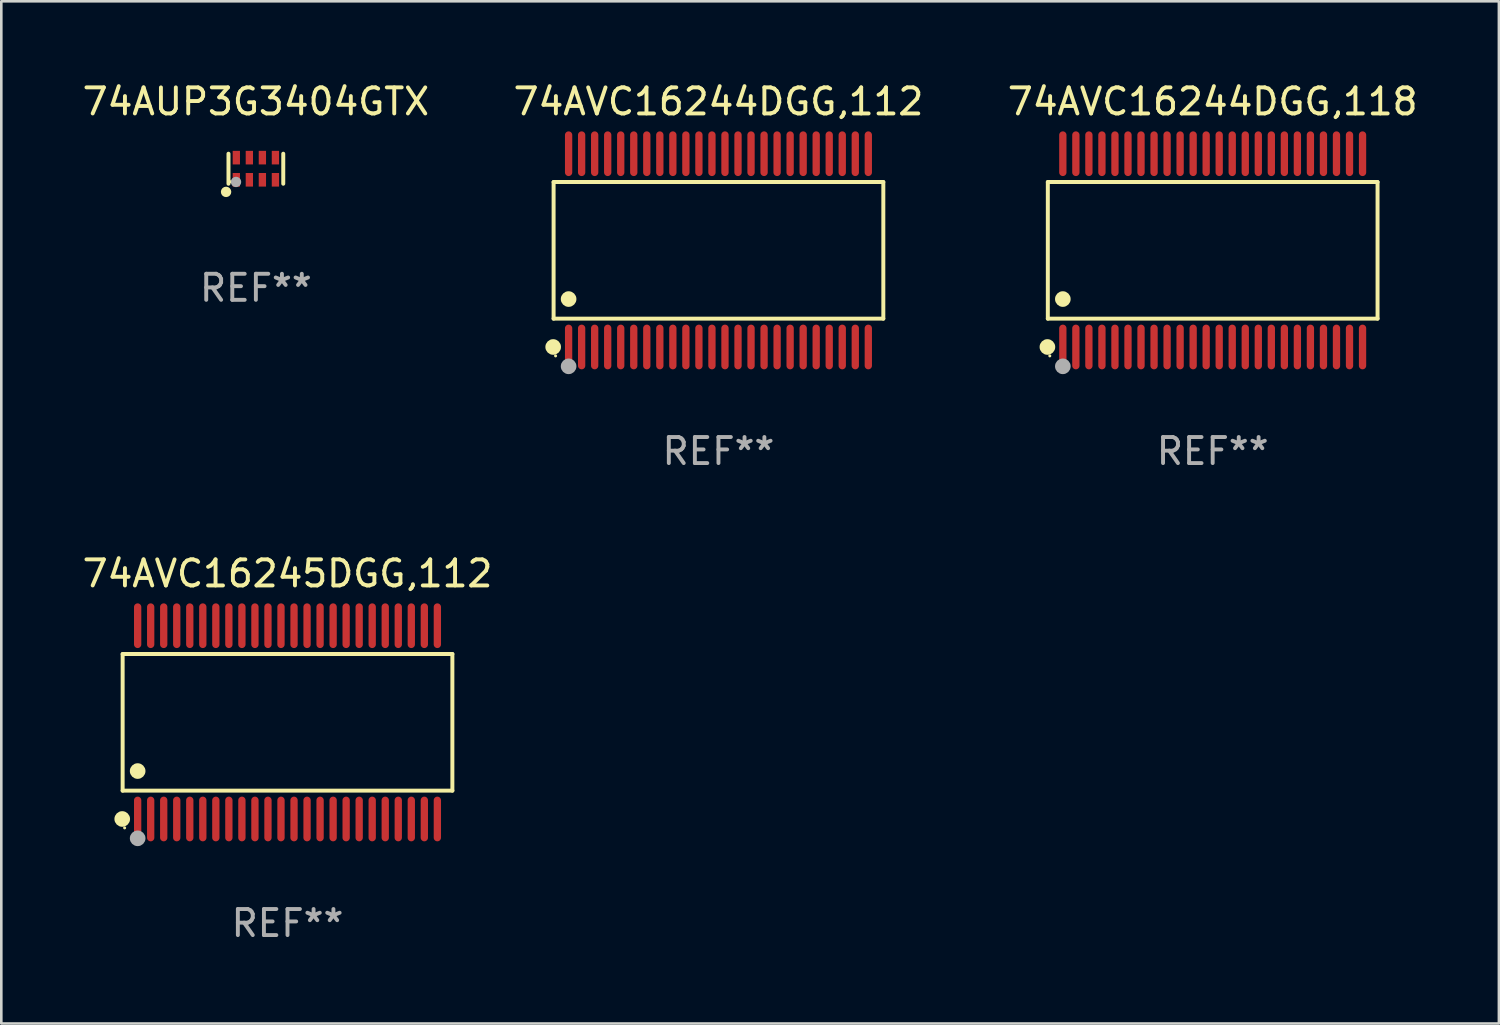
<source format=kicad_pcb>
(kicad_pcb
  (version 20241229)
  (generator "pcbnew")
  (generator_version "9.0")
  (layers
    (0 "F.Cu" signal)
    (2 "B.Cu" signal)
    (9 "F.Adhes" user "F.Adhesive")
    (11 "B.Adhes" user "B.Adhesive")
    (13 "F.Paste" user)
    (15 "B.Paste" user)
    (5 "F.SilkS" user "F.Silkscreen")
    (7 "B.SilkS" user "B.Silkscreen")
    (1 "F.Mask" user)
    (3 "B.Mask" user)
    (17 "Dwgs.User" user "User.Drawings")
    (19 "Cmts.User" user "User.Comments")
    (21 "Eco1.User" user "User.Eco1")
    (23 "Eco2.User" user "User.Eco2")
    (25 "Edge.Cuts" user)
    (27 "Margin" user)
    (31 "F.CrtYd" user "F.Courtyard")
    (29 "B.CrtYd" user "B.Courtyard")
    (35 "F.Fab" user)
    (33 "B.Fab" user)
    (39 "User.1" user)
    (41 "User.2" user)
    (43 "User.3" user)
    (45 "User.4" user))
  (footprint "74AUP3G3404GTX"
    (layer "F.Cu")
    (at 6.768 3.424)
    (property "Reference" "74AUP3G3404GTX" (at 0 -2.576 0) (layer "F.SilkS") (effects (font (size 1 1) (thickness 0.15))))
    (attr through_hole)
    (fp_line (start -1.051 0.576) (end -1.051 -0.576) (stroke (width 0.152) (type solid)) (layer "F.SilkS"))
    (fp_line (start 1.051 -0.576) (end 1.051 0.576) (stroke (width 0.152) (type solid)) (layer "F.SilkS"))
    (fp_circle (center -1.143 0.889) (end -1.043 0.889) (stroke (width 0.2) (type solid)) (fill no) (layer "F.SilkS"))
    (fp_circle (center -0.975 0.5) (end -0.945 0.5) (stroke (width 0.06) (type solid)) (fill no) (layer "F.SilkS"))
    (fp_circle (center -0.762 0.508) (end -0.662 0.508) (stroke (width 0.2) (type solid)) (fill no) (layer "F.Fab"))
    (fp_text user "REF**" (at 0 4.576 0) (layer "F.Fab") (effects (font (size 1 1) (thickness 0.15))))
    (pad "1" smd rect (at -0.75 0.425) (size 0.28 0.521) (layers "F.Cu" "F.Mask" "F.Paste"))
    (pad "2" smd rect (at -0.25 0.425) (size 0.28 0.521) (layers "F.Cu" "F.Mask" "F.Paste"))
    (pad "3" smd rect (at 0.25 0.425) (size 0.28 0.521) (layers "F.Cu" "F.Mask" "F.Paste"))
    (pad "4" smd rect (at 0.75 0.425) (size 0.28 0.521) (layers "F.Cu" "F.Mask" "F.Paste"))
    (pad "5" smd rect (at 0.75 -0.425) (size 0.28 0.521) (layers "F.Cu" "F.Mask" "F.Paste"))
    (pad "6" smd rect (at 0.25 -0.425) (size 0.28 0.521) (layers "F.Cu" "F.Mask" "F.Paste"))
    (pad "7" smd rect (at -0.25 -0.425) (size 0.28 0.521) (layers "F.Cu" "F.Mask" "F.Paste"))
    (pad "8" smd rect (at -0.75 -0.425) (size 0.28 0.521) (layers "F.Cu" "F.Mask" "F.Paste")))
  (footprint "74AVC16245DGG,112"
    (layer "F.Cu")
    (at 7.982 24.667)
    (property "Reference" "74AVC16245DGG,112" (at 0 -5.708 0) (layer "F.SilkS") (effects (font (size 1 1) (thickness 0.15))))
    (attr through_hole)
    (fp_line (start -6.326 -2.622) (end 6.326 -2.622) (stroke (width 0.152) (type solid)) (layer "F.SilkS"))
    (fp_line (start -6.326 2.621) (end -6.326 -2.622) (stroke (width 0.152) (type solid)) (layer "F.SilkS"))
    (fp_line (start 6.326 -2.622) (end 6.326 2.621) (stroke (width 0.152) (type solid)) (layer "F.SilkS"))
    (fp_line (start 6.326 2.621) (end -6.326 2.621) (stroke (width 0.152) (type solid)) (layer "F.SilkS"))
    (fp_circle (center -6.342 3.708) (end -6.192 3.708) (stroke (width 0.3) (type solid)) (fill no) (layer "F.SilkS"))
    (fp_circle (center -6.25 4.05) (end -6.22 4.05) (stroke (width 0.06) (type solid)) (fill no) (layer "F.SilkS"))
    (fp_circle (center -5.75 1.869) (end -5.6 1.869) (stroke (width 0.3) (type solid)) (fill no) (layer "F.SilkS"))
    (fp_circle (center -5.75 4.45) (end -5.6 4.45) (stroke (width 0.3) (type solid)) (fill no) (layer "F.Fab"))
    (fp_text user "REF**" (at 0 7.708 0) (layer "F.Fab") (effects (font (size 1 1) (thickness 0.15))))
    (pad "1" smd oval (at -5.75 3.708) (size 0.28 1.715) (layers "F.Cu" "F.Mask" "F.Paste"))
    (pad "2" smd oval (at -5.25 3.708) (size 0.28 1.715) (layers "F.Cu" "F.Mask" "F.Paste"))
    (pad "3" smd oval (at -4.75 3.708) (size 0.28 1.715) (layers "F.Cu" "F.Mask" "F.Paste"))
    (pad "4" smd oval (at -4.25 3.708) (size 0.28 1.715) (layers "F.Cu" "F.Mask" "F.Paste"))
    (pad "5" smd oval (at -3.75 3.708) (size 0.28 1.715) (layers "F.Cu" "F.Mask" "F.Paste"))
    (pad "6" smd oval (at -3.25 3.708) (size 0.28 1.715) (layers "F.Cu" "F.Mask" "F.Paste"))
    (pad "7" smd oval (at -2.75 3.708) (size 0.28 1.715) (layers "F.Cu" "F.Mask" "F.Paste"))
    (pad "8" smd oval (at -2.25 3.708) (size 0.28 1.715) (layers "F.Cu" "F.Mask" "F.Paste"))
    (pad "9" smd oval (at -1.75 3.708) (size 0.28 1.715) (layers "F.Cu" "F.Mask" "F.Paste"))
    (pad "10" smd oval (at -1.25 3.708) (size 0.28 1.715) (layers "F.Cu" "F.Mask" "F.Paste"))
    (pad "11" smd oval (at -0.75 3.708) (size 0.28 1.715) (layers "F.Cu" "F.Mask" "F.Paste"))
    (pad "12" smd oval (at -0.25 3.708) (size 0.28 1.715) (layers "F.Cu" "F.Mask" "F.Paste"))
    (pad "13" smd oval (at 0.25 3.708) (size 0.28 1.715) (layers "F.Cu" "F.Mask" "F.Paste"))
    (pad "14" smd oval (at 0.75 3.708) (size 0.28 1.715) (layers "F.Cu" "F.Mask" "F.Paste"))
    (pad "15" smd oval (at 1.25 3.708) (size 0.28 1.715) (layers "F.Cu" "F.Mask" "F.Paste"))
    (pad "16" smd oval (at 1.75 3.708) (size 0.28 1.715) (layers "F.Cu" "F.Mask" "F.Paste"))
    (pad "17" smd oval (at 2.25 3.708) (size 0.28 1.715) (layers "F.Cu" "F.Mask" "F.Paste"))
    (pad "18" smd oval (at 2.75 3.708) (size 0.28 1.715) (layers "F.Cu" "F.Mask" "F.Paste"))
    (pad "19" smd oval (at 3.25 3.708) (size 0.28 1.715) (layers "F.Cu" "F.Mask" "F.Paste"))
    (pad "20" smd oval (at 3.75 3.708) (size 0.28 1.715) (layers "F.Cu" "F.Mask" "F.Paste"))
    (pad "21" smd oval (at 4.25 3.708) (size 0.28 1.715) (layers "F.Cu" "F.Mask" "F.Paste"))
    (pad "22" smd oval (at 4.75 3.708) (size 0.28 1.715) (layers "F.Cu" "F.Mask" "F.Paste"))
    (pad "23" smd oval (at 5.25 3.708) (size 0.28 1.715) (layers "F.Cu" "F.Mask" "F.Paste"))
    (pad "24" smd oval (at 5.75 3.708) (size 0.28 1.715) (layers "F.Cu" "F.Mask" "F.Paste"))
    (pad "25" smd oval (at 5.75 -3.708) (size 0.28 1.715) (layers "F.Cu" "F.Mask" "F.Paste"))
    (pad "26" smd oval (at 5.25 -3.708) (size 0.28 1.715) (layers "F.Cu" "F.Mask" "F.Paste"))
    (pad "27" smd oval (at 4.75 -3.708) (size 0.28 1.715) (layers "F.Cu" "F.Mask" "F.Paste"))
    (pad "28" smd oval (at 4.25 -3.708) (size 0.28 1.715) (layers "F.Cu" "F.Mask" "F.Paste"))
    (pad "29" smd oval (at 3.75 -3.708) (size 0.28 1.715) (layers "F.Cu" "F.Mask" "F.Paste"))
    (pad "30" smd oval (at 3.25 -3.708) (size 0.28 1.715) (layers "F.Cu" "F.Mask" "F.Paste"))
    (pad "31" smd oval (at 2.75 -3.708) (size 0.28 1.715) (layers "F.Cu" "F.Mask" "F.Paste"))
    (pad "32" smd oval (at 2.25 -3.708) (size 0.28 1.715) (layers "F.Cu" "F.Mask" "F.Paste"))
    (pad "33" smd oval (at 1.75 -3.708) (size 0.28 1.715) (layers "F.Cu" "F.Mask" "F.Paste"))
    (pad "34" smd oval (at 1.25 -3.708) (size 0.28 1.715) (layers "F.Cu" "F.Mask" "F.Paste"))
    (pad "35" smd oval (at 0.75 -3.708) (size 0.28 1.715) (layers "F.Cu" "F.Mask" "F.Paste"))
    (pad "36" smd oval (at 0.25 -3.708) (size 0.28 1.715) (layers "F.Cu" "F.Mask" "F.Paste"))
    (pad "37" smd oval (at -0.25 -3.708) (size 0.28 1.715) (layers "F.Cu" "F.Mask" "F.Paste"))
    (pad "38" smd oval (at -0.75 -3.708) (size 0.28 1.715) (layers "F.Cu" "F.Mask" "F.Paste"))
    (pad "39" smd oval (at -1.25 -3.708) (size 0.28 1.715) (layers "F.Cu" "F.Mask" "F.Paste"))
    (pad "40" smd oval (at -1.75 -3.708) (size 0.28 1.715) (layers "F.Cu" "F.Mask" "F.Paste"))
    (pad "41" smd oval (at -2.25 -3.708) (size 0.28 1.715) (layers "F.Cu" "F.Mask" "F.Paste"))
    (pad "42" smd oval (at -2.75 -3.708) (size 0.28 1.715) (layers "F.Cu" "F.Mask" "F.Paste"))
    (pad "43" smd oval (at -3.25 -3.708) (size 0.28 1.715) (layers "F.Cu" "F.Mask" "F.Paste"))
    (pad "44" smd oval (at -3.75 -3.708) (size 0.28 1.715) (layers "F.Cu" "F.Mask" "F.Paste"))
    (pad "45" smd oval (at -4.25 -3.708) (size 0.28 1.715) (layers "F.Cu" "F.Mask" "F.Paste"))
    (pad "46" smd oval (at -4.75 -3.708) (size 0.28 1.715) (layers "F.Cu" "F.Mask" "F.Paste"))
    (pad "47" smd oval (at -5.25 -3.708) (size 0.28 1.715) (layers "F.Cu" "F.Mask" "F.Paste"))
    (pad "48" smd oval (at -5.75 -3.708) (size 0.28 1.715) (layers "F.Cu" "F.Mask" "F.Paste")))
  (footprint "74AVC16244DGG,118"
    (layer "F.Cu")
    (at 43.482 6.556)
    (property "Reference" "74AVC16244DGG,118" (at 0 -5.708 0) (layer "F.SilkS") (effects (font (size 1 1) (thickness 0.15))))
    (attr through_hole)
    (fp_line (start -6.326 -2.622) (end 6.326 -2.622) (stroke (width 0.152) (type solid)) (layer "F.SilkS"))
    (fp_line (start -6.326 2.621) (end -6.326 -2.622) (stroke (width 0.152) (type solid)) (layer "F.SilkS"))
    (fp_line (start 6.326 -2.622) (end 6.326 2.621) (stroke (width 0.152) (type solid)) (layer "F.SilkS"))
    (fp_line (start 6.326 2.621) (end -6.326 2.621) (stroke (width 0.152) (type solid)) (layer "F.SilkS"))
    (fp_circle (center -6.342 3.708) (end -6.192 3.708) (stroke (width 0.3) (type solid)) (fill no) (layer "F.SilkS"))
    (fp_circle (center -6.25 4.05) (end -6.22 4.05) (stroke (width 0.06) (type solid)) (fill no) (layer "F.SilkS"))
    (fp_circle (center -5.75 1.869) (end -5.6 1.869) (stroke (width 0.3) (type solid)) (fill no) (layer "F.SilkS"))
    (fp_circle (center -5.75 4.45) (end -5.6 4.45) (stroke (width 0.3) (type solid)) (fill no) (layer "F.Fab"))
    (fp_text user "REF**" (at 0 7.708 0) (layer "F.Fab") (effects (font (size 1 1) (thickness 0.15))))
    (pad "1" smd oval (at -5.75 3.708) (size 0.28 1.715) (layers "F.Cu" "F.Mask" "F.Paste"))
    (pad "2" smd oval (at -5.25 3.708) (size 0.28 1.715) (layers "F.Cu" "F.Mask" "F.Paste"))
    (pad "3" smd oval (at -4.75 3.708) (size 0.28 1.715) (layers "F.Cu" "F.Mask" "F.Paste"))
    (pad "4" smd oval (at -4.25 3.708) (size 0.28 1.715) (layers "F.Cu" "F.Mask" "F.Paste"))
    (pad "5" smd oval (at -3.75 3.708) (size 0.28 1.715) (layers "F.Cu" "F.Mask" "F.Paste"))
    (pad "6" smd oval (at -3.25 3.708) (size 0.28 1.715) (layers "F.Cu" "F.Mask" "F.Paste"))
    (pad "7" smd oval (at -2.75 3.708) (size 0.28 1.715) (layers "F.Cu" "F.Mask" "F.Paste"))
    (pad "8" smd oval (at -2.25 3.708) (size 0.28 1.715) (layers "F.Cu" "F.Mask" "F.Paste"))
    (pad "9" smd oval (at -1.75 3.708) (size 0.28 1.715) (layers "F.Cu" "F.Mask" "F.Paste"))
    (pad "10" smd oval (at -1.25 3.708) (size 0.28 1.715) (layers "F.Cu" "F.Mask" "F.Paste"))
    (pad "11" smd oval (at -0.75 3.708) (size 0.28 1.715) (layers "F.Cu" "F.Mask" "F.Paste"))
    (pad "12" smd oval (at -0.25 3.708) (size 0.28 1.715) (layers "F.Cu" "F.Mask" "F.Paste"))
    (pad "13" smd oval (at 0.25 3.708) (size 0.28 1.715) (layers "F.Cu" "F.Mask" "F.Paste"))
    (pad "14" smd oval (at 0.75 3.708) (size 0.28 1.715) (layers "F.Cu" "F.Mask" "F.Paste"))
    (pad "15" smd oval (at 1.25 3.708) (size 0.28 1.715) (layers "F.Cu" "F.Mask" "F.Paste"))
    (pad "16" smd oval (at 1.75 3.708) (size 0.28 1.715) (layers "F.Cu" "F.Mask" "F.Paste"))
    (pad "17" smd oval (at 2.25 3.708) (size 0.28 1.715) (layers "F.Cu" "F.Mask" "F.Paste"))
    (pad "18" smd oval (at 2.75 3.708) (size 0.28 1.715) (layers "F.Cu" "F.Mask" "F.Paste"))
    (pad "19" smd oval (at 3.25 3.708) (size 0.28 1.715) (layers "F.Cu" "F.Mask" "F.Paste"))
    (pad "20" smd oval (at 3.75 3.708) (size 0.28 1.715) (layers "F.Cu" "F.Mask" "F.Paste"))
    (pad "21" smd oval (at 4.25 3.708) (size 0.28 1.715) (layers "F.Cu" "F.Mask" "F.Paste"))
    (pad "22" smd oval (at 4.75 3.708) (size 0.28 1.715) (layers "F.Cu" "F.Mask" "F.Paste"))
    (pad "23" smd oval (at 5.25 3.708) (size 0.28 1.715) (layers "F.Cu" "F.Mask" "F.Paste"))
    (pad "24" smd oval (at 5.75 3.708) (size 0.28 1.715) (layers "F.Cu" "F.Mask" "F.Paste"))
    (pad "25" smd oval (at 5.75 -3.708) (size 0.28 1.715) (layers "F.Cu" "F.Mask" "F.Paste"))
    (pad "26" smd oval (at 5.25 -3.708) (size 0.28 1.715) (layers "F.Cu" "F.Mask" "F.Paste"))
    (pad "27" smd oval (at 4.75 -3.708) (size 0.28 1.715) (layers "F.Cu" "F.Mask" "F.Paste"))
    (pad "28" smd oval (at 4.25 -3.708) (size 0.28 1.715) (layers "F.Cu" "F.Mask" "F.Paste"))
    (pad "29" smd oval (at 3.75 -3.708) (size 0.28 1.715) (layers "F.Cu" "F.Mask" "F.Paste"))
    (pad "30" smd oval (at 3.25 -3.708) (size 0.28 1.715) (layers "F.Cu" "F.Mask" "F.Paste"))
    (pad "31" smd oval (at 2.75 -3.708) (size 0.28 1.715) (layers "F.Cu" "F.Mask" "F.Paste"))
    (pad "32" smd oval (at 2.25 -3.708) (size 0.28 1.715) (layers "F.Cu" "F.Mask" "F.Paste"))
    (pad "33" smd oval (at 1.75 -3.708) (size 0.28 1.715) (layers "F.Cu" "F.Mask" "F.Paste"))
    (pad "34" smd oval (at 1.25 -3.708) (size 0.28 1.715) (layers "F.Cu" "F.Mask" "F.Paste"))
    (pad "35" smd oval (at 0.75 -3.708) (size 0.28 1.715) (layers "F.Cu" "F.Mask" "F.Paste"))
    (pad "36" smd oval (at 0.25 -3.708) (size 0.28 1.715) (layers "F.Cu" "F.Mask" "F.Paste"))
    (pad "37" smd oval (at -0.25 -3.708) (size 0.28 1.715) (layers "F.Cu" "F.Mask" "F.Paste"))
    (pad "38" smd oval (at -0.75 -3.708) (size 0.28 1.715) (layers "F.Cu" "F.Mask" "F.Paste"))
    (pad "39" smd oval (at -1.25 -3.708) (size 0.28 1.715) (layers "F.Cu" "F.Mask" "F.Paste"))
    (pad "40" smd oval (at -1.75 -3.708) (size 0.28 1.715) (layers "F.Cu" "F.Mask" "F.Paste"))
    (pad "41" smd oval (at -2.25 -3.708) (size 0.28 1.715) (layers "F.Cu" "F.Mask" "F.Paste"))
    (pad "42" smd oval (at -2.75 -3.708) (size 0.28 1.715) (layers "F.Cu" "F.Mask" "F.Paste"))
    (pad "43" smd oval (at -3.25 -3.708) (size 0.28 1.715) (layers "F.Cu" "F.Mask" "F.Paste"))
    (pad "44" smd oval (at -3.75 -3.708) (size 0.28 1.715) (layers "F.Cu" "F.Mask" "F.Paste"))
    (pad "45" smd oval (at -4.25 -3.708) (size 0.28 1.715) (layers "F.Cu" "F.Mask" "F.Paste"))
    (pad "46" smd oval (at -4.75 -3.708) (size 0.28 1.715) (layers "F.Cu" "F.Mask" "F.Paste"))
    (pad "47" smd oval (at -5.25 -3.708) (size 0.28 1.715) (layers "F.Cu" "F.Mask" "F.Paste"))
    (pad "48" smd oval (at -5.75 -3.708) (size 0.28 1.715) (layers "F.Cu" "F.Mask" "F.Paste")))
  (footprint "74AVC16244DGG,112"
    (layer "F.Cu")
    (at 24.518 6.556)
    (property "Reference" "74AVC16244DGG,112" (at 0 -5.708 0) (layer "F.SilkS") (effects (font (size 1 1) (thickness 0.15))))
    (attr through_hole)
    (fp_line (start -6.326 -2.622) (end 6.326 -2.622) (stroke (width 0.152) (type solid)) (layer "F.SilkS"))
    (fp_line (start -6.326 2.621) (end -6.326 -2.622) (stroke (width 0.152) (type solid)) (layer "F.SilkS"))
    (fp_line (start 6.326 -2.622) (end 6.326 2.621) (stroke (width 0.152) (type solid)) (layer "F.SilkS"))
    (fp_line (start 6.326 2.621) (end -6.326 2.621) (stroke (width 0.152) (type solid)) (layer "F.SilkS"))
    (fp_circle (center -6.342 3.708) (end -6.192 3.708) (stroke (width 0.3) (type solid)) (fill no) (layer "F.SilkS"))
    (fp_circle (center -6.25 4.05) (end -6.22 4.05) (stroke (width 0.06) (type solid)) (fill no) (layer "F.SilkS"))
    (fp_circle (center -5.75 1.869) (end -5.6 1.869) (stroke (width 0.3) (type solid)) (fill no) (layer "F.SilkS"))
    (fp_circle (center -5.75 4.45) (end -5.6 4.45) (stroke (width 0.3) (type solid)) (fill no) (layer "F.Fab"))
    (fp_text user "REF**" (at 0 7.708 0) (layer "F.Fab") (effects (font (size 1 1) (thickness 0.15))))
    (pad "1" smd oval (at -5.75 3.708) (size 0.28 1.715) (layers "F.Cu" "F.Mask" "F.Paste"))
    (pad "2" smd oval (at -5.25 3.708) (size 0.28 1.715) (layers "F.Cu" "F.Mask" "F.Paste"))
    (pad "3" smd oval (at -4.75 3.708) (size 0.28 1.715) (layers "F.Cu" "F.Mask" "F.Paste"))
    (pad "4" smd oval (at -4.25 3.708) (size 0.28 1.715) (layers "F.Cu" "F.Mask" "F.Paste"))
    (pad "5" smd oval (at -3.75 3.708) (size 0.28 1.715) (layers "F.Cu" "F.Mask" "F.Paste"))
    (pad "6" smd oval (at -3.25 3.708) (size 0.28 1.715) (layers "F.Cu" "F.Mask" "F.Paste"))
    (pad "7" smd oval (at -2.75 3.708) (size 0.28 1.715) (layers "F.Cu" "F.Mask" "F.Paste"))
    (pad "8" smd oval (at -2.25 3.708) (size 0.28 1.715) (layers "F.Cu" "F.Mask" "F.Paste"))
    (pad "9" smd oval (at -1.75 3.708) (size 0.28 1.715) (layers "F.Cu" "F.Mask" "F.Paste"))
    (pad "10" smd oval (at -1.25 3.708) (size 0.28 1.715) (layers "F.Cu" "F.Mask" "F.Paste"))
    (pad "11" smd oval (at -0.75 3.708) (size 0.28 1.715) (layers "F.Cu" "F.Mask" "F.Paste"))
    (pad "12" smd oval (at -0.25 3.708) (size 0.28 1.715) (layers "F.Cu" "F.Mask" "F.Paste"))
    (pad "13" smd oval (at 0.25 3.708) (size 0.28 1.715) (layers "F.Cu" "F.Mask" "F.Paste"))
    (pad "14" smd oval (at 0.75 3.708) (size 0.28 1.715) (layers "F.Cu" "F.Mask" "F.Paste"))
    (pad "15" smd oval (at 1.25 3.708) (size 0.28 1.715) (layers "F.Cu" "F.Mask" "F.Paste"))
    (pad "16" smd oval (at 1.75 3.708) (size 0.28 1.715) (layers "F.Cu" "F.Mask" "F.Paste"))
    (pad "17" smd oval (at 2.25 3.708) (size 0.28 1.715) (layers "F.Cu" "F.Mask" "F.Paste"))
    (pad "18" smd oval (at 2.75 3.708) (size 0.28 1.715) (layers "F.Cu" "F.Mask" "F.Paste"))
    (pad "19" smd oval (at 3.25 3.708) (size 0.28 1.715) (layers "F.Cu" "F.Mask" "F.Paste"))
    (pad "20" smd oval (at 3.75 3.708) (size 0.28 1.715) (layers "F.Cu" "F.Mask" "F.Paste"))
    (pad "21" smd oval (at 4.25 3.708) (size 0.28 1.715) (layers "F.Cu" "F.Mask" "F.Paste"))
    (pad "22" smd oval (at 4.75 3.708) (size 0.28 1.715) (layers "F.Cu" "F.Mask" "F.Paste"))
    (pad "23" smd oval (at 5.25 3.708) (size 0.28 1.715) (layers "F.Cu" "F.Mask" "F.Paste"))
    (pad "24" smd oval (at 5.75 3.708) (size 0.28 1.715) (layers "F.Cu" "F.Mask" "F.Paste"))
    (pad "25" smd oval (at 5.75 -3.708) (size 0.28 1.715) (layers "F.Cu" "F.Mask" "F.Paste"))
    (pad "26" smd oval (at 5.25 -3.708) (size 0.28 1.715) (layers "F.Cu" "F.Mask" "F.Paste"))
    (pad "27" smd oval (at 4.75 -3.708) (size 0.28 1.715) (layers "F.Cu" "F.Mask" "F.Paste"))
    (pad "28" smd oval (at 4.25 -3.708) (size 0.28 1.715) (layers "F.Cu" "F.Mask" "F.Paste"))
    (pad "29" smd oval (at 3.75 -3.708) (size 0.28 1.715) (layers "F.Cu" "F.Mask" "F.Paste"))
    (pad "30" smd oval (at 3.25 -3.708) (size 0.28 1.715) (layers "F.Cu" "F.Mask" "F.Paste"))
    (pad "31" smd oval (at 2.75 -3.708) (size 0.28 1.715) (layers "F.Cu" "F.Mask" "F.Paste"))
    (pad "32" smd oval (at 2.25 -3.708) (size 0.28 1.715) (layers "F.Cu" "F.Mask" "F.Paste"))
    (pad "33" smd oval (at 1.75 -3.708) (size 0.28 1.715) (layers "F.Cu" "F.Mask" "F.Paste"))
    (pad "34" smd oval (at 1.25 -3.708) (size 0.28 1.715) (layers "F.Cu" "F.Mask" "F.Paste"))
    (pad "35" smd oval (at 0.75 -3.708) (size 0.28 1.715) (layers "F.Cu" "F.Mask" "F.Paste"))
    (pad "36" smd oval (at 0.25 -3.708) (size 0.28 1.715) (layers "F.Cu" "F.Mask" "F.Paste"))
    (pad "37" smd oval (at -0.25 -3.708) (size 0.28 1.715) (layers "F.Cu" "F.Mask" "F.Paste"))
    (pad "38" smd oval (at -0.75 -3.708) (size 0.28 1.715) (layers "F.Cu" "F.Mask" "F.Paste"))
    (pad "39" smd oval (at -1.25 -3.708) (size 0.28 1.715) (layers "F.Cu" "F.Mask" "F.Paste"))
    (pad "40" smd oval (at -1.75 -3.708) (size 0.28 1.715) (layers "F.Cu" "F.Mask" "F.Paste"))
    (pad "41" smd oval (at -2.25 -3.708) (size 0.28 1.715) (layers "F.Cu" "F.Mask" "F.Paste"))
    (pad "42" smd oval (at -2.75 -3.708) (size 0.28 1.715) (layers "F.Cu" "F.Mask" "F.Paste"))
    (pad "43" smd oval (at -3.25 -3.708) (size 0.28 1.715) (layers "F.Cu" "F.Mask" "F.Paste"))
    (pad "44" smd oval (at -3.75 -3.708) (size 0.28 1.715) (layers "F.Cu" "F.Mask" "F.Paste"))
    (pad "45" smd oval (at -4.25 -3.708) (size 0.28 1.715) (layers "F.Cu" "F.Mask" "F.Paste"))
    (pad "46" smd oval (at -4.75 -3.708) (size 0.28 1.715) (layers "F.Cu" "F.Mask" "F.Paste"))
    (pad "47" smd oval (at -5.25 -3.708) (size 0.28 1.715) (layers "F.Cu" "F.Mask" "F.Paste"))
    (pad "48" smd oval (at -5.75 -3.708) (size 0.28 1.715) (layers "F.Cu" "F.Mask" "F.Paste")))
  (gr_rect
    (start -3 -3)
    (end 54.464 36.223)
    (stroke (width 0.1) (type default))
    (fill no)
    (layer "Edge.Cuts")))
</source>
